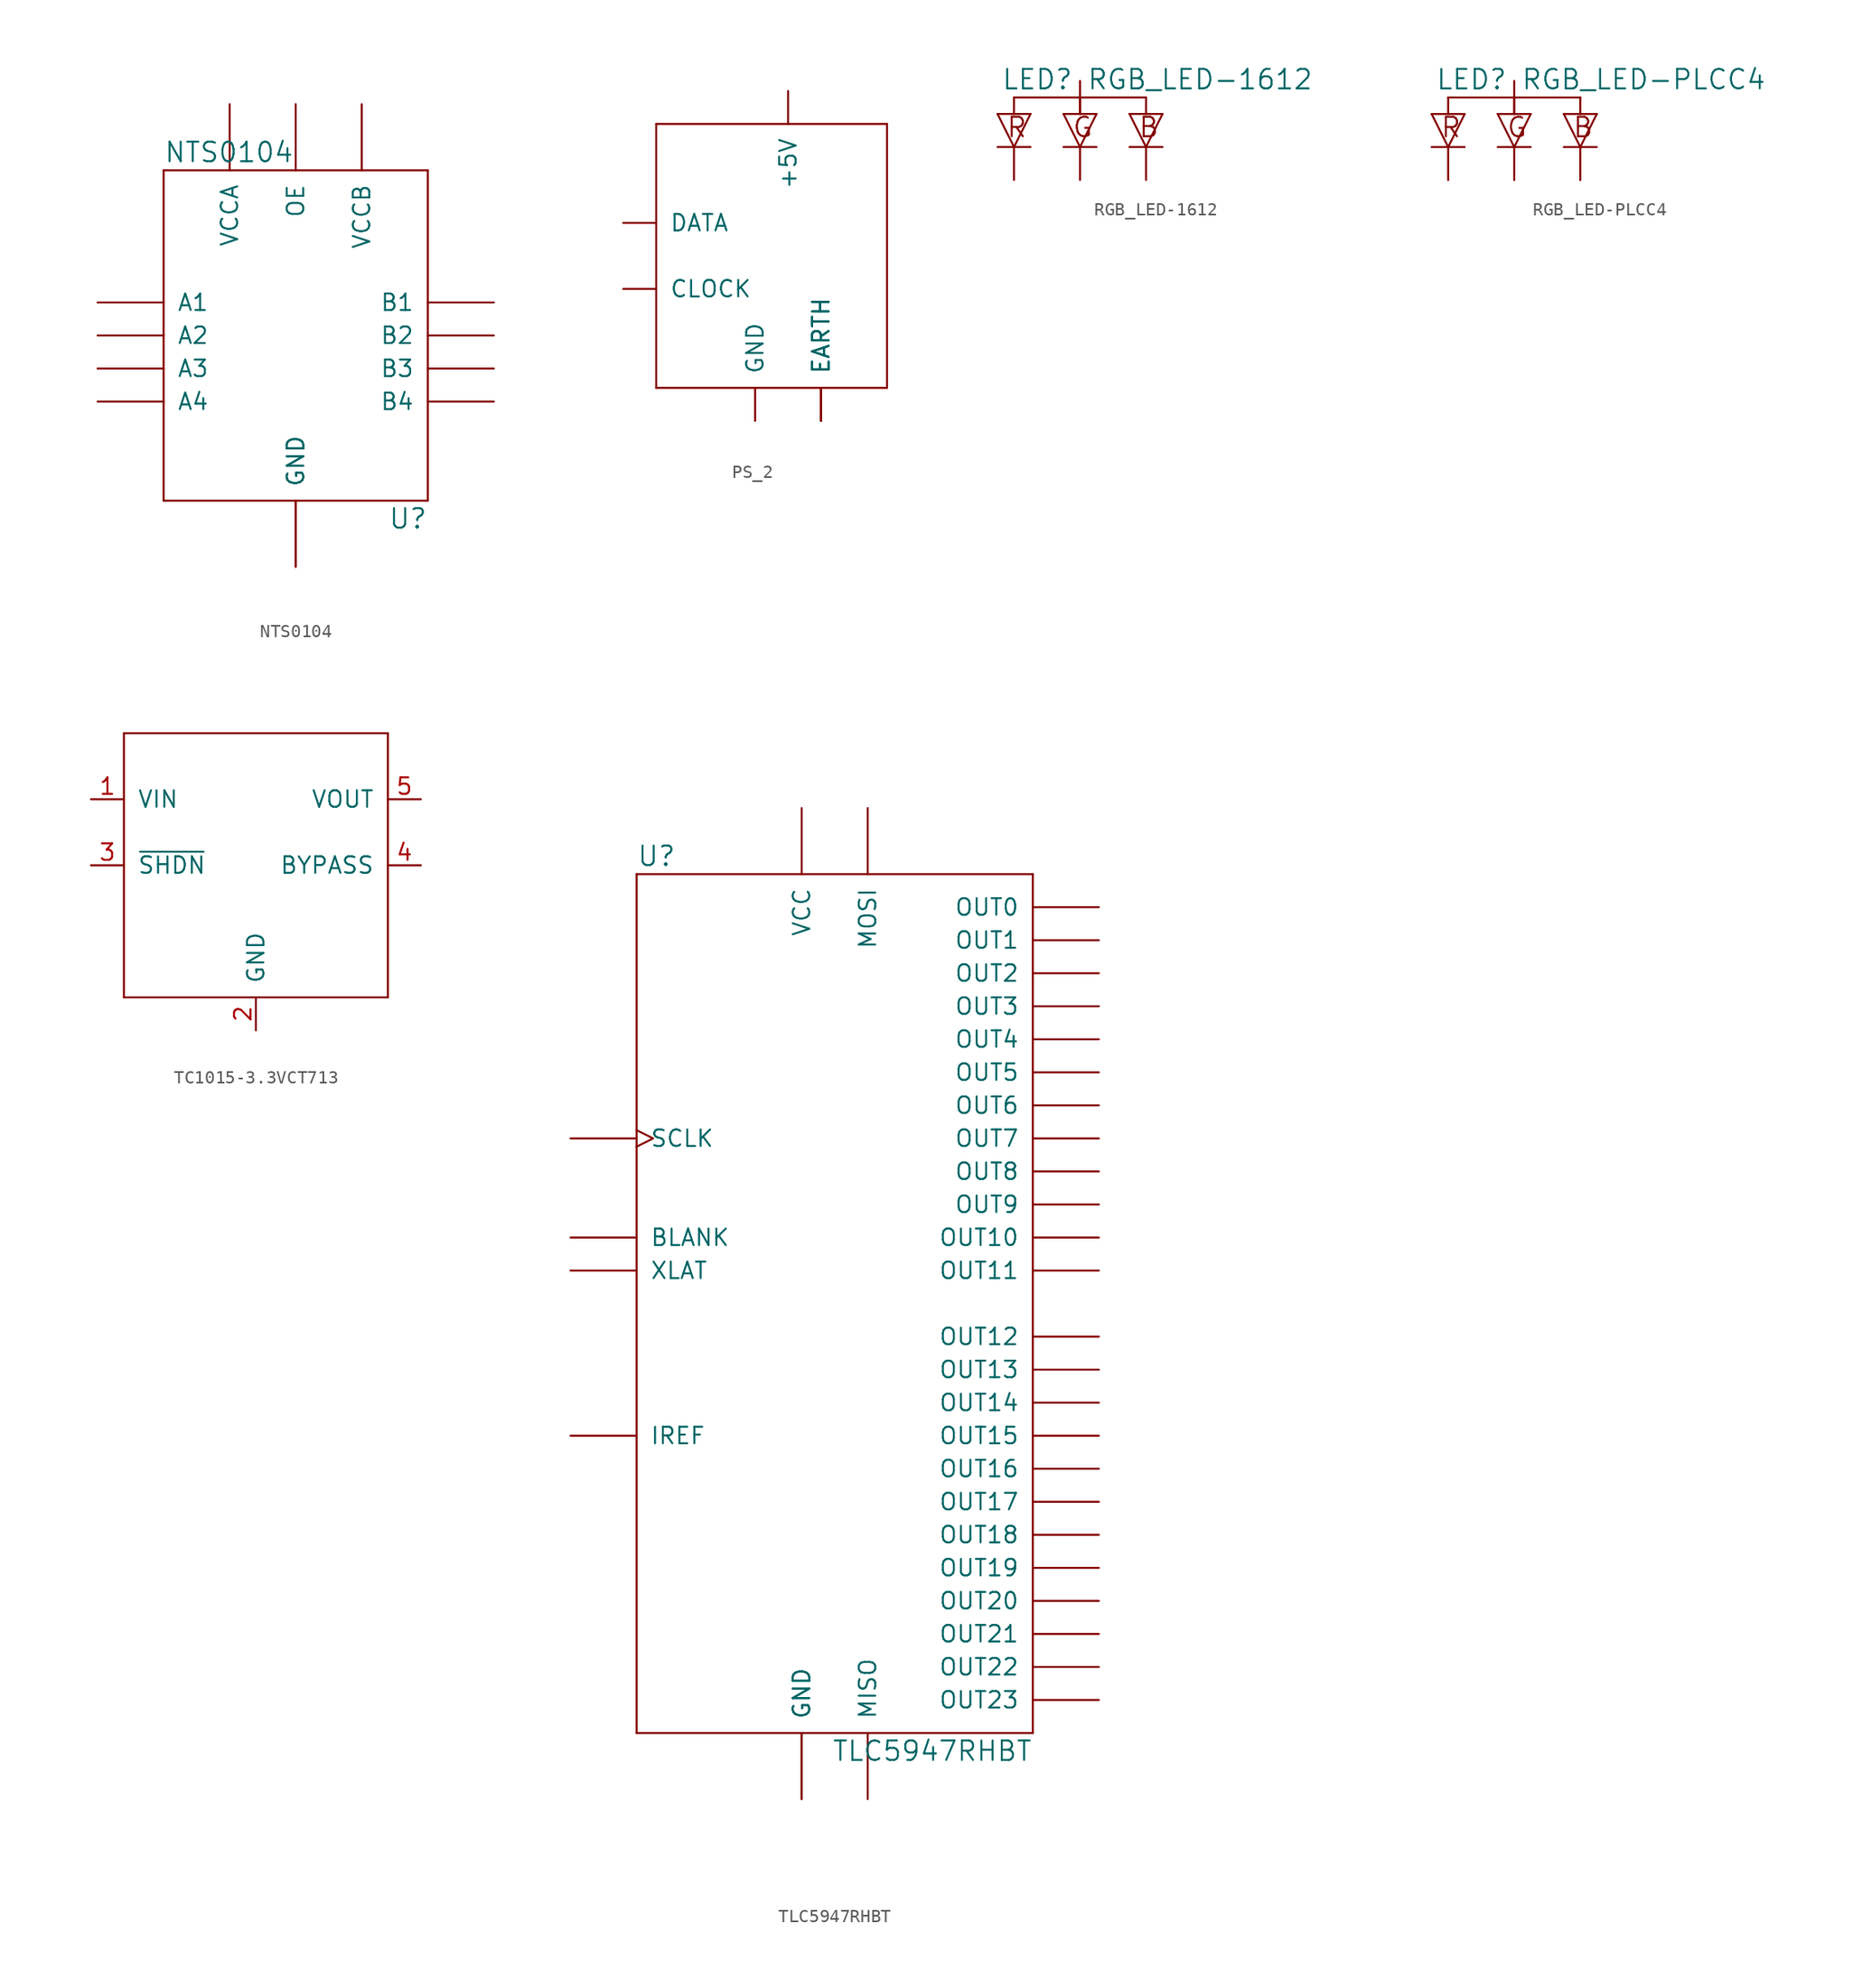
<source format=kicad_sym>
(kicad_symbol_lib
  (version 20211014)
  (generator kicad_symbol_editor)
  (symbol "NTS0104"
    (pin_names
      (offset 1.016))
    (property "Reference" "U"
      (at 10.16 -13.208 0)
      (effects (font (size 1.499 1.499)) (justify right top)))
    (property "Value" "NTS0104"
      (at -10.16 13.208 0)
      (effects (font (size 1.499 1.499)) (justify left bottom)))
    (property "ki_locked" ""
      (at 0 0 0)
      (effects (font (size 1.27 1.27))))
    (symbol "NTS0104_1_0"
      (polyline (pts (xy -10.16 -12.7) (xy -10.16 12.7)) (stroke (width 0) (type default) (color 0 0 0 0)) (fill (type none)))
      (polyline (pts (xy -10.16 12.7) (xy 10.16 12.7)) (stroke (width 0) (type default) (color 0 0 0 0)) (fill (type none)))
      (polyline (pts (xy 10.16 -12.7) (xy -10.16 -12.7)) (stroke (width 0) (type default) (color 0 0 0 0)) (fill (type none)))
      (polyline (pts (xy 10.16 12.7) (xy 10.16 -12.7)) (stroke (width 0) (type default) (color 0 0 0 0)) (fill (type none)))
      (pin passive line (at -5.08 17.78 270) (length 5.08) (name "VCCA" (effects (font (size 1.27 1.27)))) (number "1" (effects (font (size 0 0)))))
      (pin bidirectional line (at 15.24 -5.08 180) (length 5.08) (name "B4" (effects (font (size 1.27 1.27)))) (number "10" (effects (font (size 0 0)))))
      (pin bidirectional line (at 15.24 -2.54 180) (length 5.08) (name "B3" (effects (font (size 1.27 1.27)))) (number "11" (effects (font (size 0 0)))))
      (pin bidirectional line (at 15.24 0 180) (length 5.08) (name "B2" (effects (font (size 1.27 1.27)))) (number "12" (effects (font (size 0 0)))))
      (pin bidirectional line (at 15.24 2.54 180) (length 5.08) (name "B1" (effects (font (size 1.27 1.27)))) (number "13" (effects (font (size 0 0)))))
      (pin passive line (at 5.08 17.78 270) (length 5.08) (name "VCCB" (effects (font (size 1.27 1.27)))) (number "14" (effects (font (size 0 0)))))
      (pin bidirectional line (at -15.24 2.54 0) (length 5.08) (name "A1" (effects (font (size 1.27 1.27)))) (number "2" (effects (font (size 0 0)))))
      (pin bidirectional line (at -15.24 0 0) (length 5.08) (name "A2" (effects (font (size 1.27 1.27)))) (number "3" (effects (font (size 0 0)))))
      (pin bidirectional line (at -15.24 -2.54 0) (length 5.08) (name "A3" (effects (font (size 1.27 1.27)))) (number "4" (effects (font (size 0 0)))))
      (pin bidirectional line (at -15.24 -5.08 0) (length 5.08) (name "A4" (effects (font (size 1.27 1.27)))) (number "5" (effects (font (size 0 0)))))
      (pin passive line (at 0 -17.78 90) (length 5.08) (name "GND" (effects (font (size 1.27 1.27)))) (number "7" (effects (font (size 0 0)))))
      (pin input line (at 0 17.78 270) (length 5.08) (name "OE" (effects (font (size 1.27 1.27)))) (number "8" (effects (font (size 0 0)))))
      (pin passive line (at 0 -17.78 90) (length 5.08) (name "GND" (effects (font (size 1.27 1.27)))) (number "PGND" (effects (font (size 0 0)))))))
  (symbol "PS_2"
    (pin_names
      (offset 1.016))
    (property "Reference" "JP"
      (at 0 0 0)
      (effects (font (size 1.27 1.27)) hide))
    (property "ki_locked" ""
      (at 0 0 0)
      (effects (font (size 1.27 1.27))))
    (symbol "PS_2_1_0"
      (polyline (pts (xy -10.16 -10.16) (xy -10.16 10.16)) (stroke (width 0) (type default) (color 0 0 0 0)) (fill (type none)))
      (polyline (pts (xy -10.16 10.16) (xy 7.62 10.16)) (stroke (width 0) (type default) (color 0 0 0 0)) (fill (type none)))
      (polyline (pts (xy 7.62 -10.16) (xy -10.16 -10.16)) (stroke (width 0) (type default) (color 0 0 0 0)) (fill (type none)))
      (polyline (pts (xy 7.62 10.16) (xy 7.62 -10.16)) (stroke (width 0) (type default) (color 0 0 0 0)) (fill (type none)))
      (pin bidirectional line (at -12.7 2.54 0) (length 2.54) (name "DATA" (effects (font (size 1.27 1.27)))) (number "1" (effects (font (size 0 0)))))
      (pin passive line (at -2.54 -12.7 90) (length 2.54) (name "GND" (effects (font (size 1.27 1.27)))) (number "3" (effects (font (size 0 0)))))
      (pin passive line (at 0 12.7 270) (length 2.54) (name "+5V" (effects (font (size 1.27 1.27)))) (number "4" (effects (font (size 0 0)))))
      (pin bidirectional line (at -12.7 -2.54 0) (length 2.54) (name "CLOCK" (effects (font (size 1.27 1.27)))) (number "5" (effects (font (size 0 0)))))
      (pin passive line (at 2.54 -12.7 90) (length 2.54) (name "EARTH" (effects (font (size 1.27 1.27)))) (number "EARTH1" (effects (font (size 0 0)))))
      (pin passive line (at 2.54 -12.7 90) (length 2.54) (name "EARTH" (effects (font (size 1.27 1.27)))) (number "EARTH2" (effects (font (size 0 0)))))
      (pin passive line (at 2.54 -12.7 90) (length 2.54) (name "EARTH" (effects (font (size 1.27 1.27)))) (number "EARTH3" (effects (font (size 0 0)))))))
  (symbol "RGB_LED-1612"
    (pin_names
      (offset 1.016))
    (property "Reference" "LED"
      (at -0.508 1.778 0)
      (effects (font (size 1.499 1.499)) (justify right bottom)))
    (property "Value" "RGB_LED-1612"
      (at 0.508 1.778 0)
      (effects (font (size 1.499 1.499)) (justify left bottom)))
    (property "ki_locked" ""
      (at 0 0 0)
      (effects (font (size 1.27 1.27))))
    (symbol "RGB_LED-1612_1_0"
      (polyline (pts (xy -6.35 -2.54) (xy -5.08 -2.54)) (stroke (width 0) (type default) (color 0 0 0 0)) (fill (type none)))
      (polyline (pts (xy -6.35 0) (xy -5.08 0)) (stroke (width 0) (type default) (color 0 0 0 0)) (fill (type none)))
      (polyline (pts (xy -5.08 -2.54) (xy -6.35 0)) (stroke (width 0) (type default) (color 0 0 0 0)) (fill (type none)))
      (polyline (pts (xy -5.08 -2.54) (xy -3.81 -2.54)) (stroke (width 0) (type default) (color 0 0 0 0)) (fill (type none)))
      (polyline (pts (xy -5.08 0) (xy -5.08 1.27)) (stroke (width 0) (type default) (color 0 0 0 0)) (fill (type none)))
      (polyline (pts (xy -5.08 0) (xy -3.81 0)) (stroke (width 0) (type default) (color 0 0 0 0)) (fill (type none)))
      (polyline (pts (xy -5.08 1.27) (xy 0 1.27)) (stroke (width 0) (type default) (color 0 0 0 0)) (fill (type none)))
      (polyline (pts (xy -3.81 0) (xy -5.08 -2.54)) (stroke (width 0) (type default) (color 0 0 0 0)) (fill (type none)))
      (polyline (pts (xy -1.27 -2.54) (xy 0 -2.54)) (stroke (width 0) (type default) (color 0 0 0 0)) (fill (type none)))
      (polyline (pts (xy -1.27 0) (xy 0 0)) (stroke (width 0) (type default) (color 0 0 0 0)) (fill (type none)))
      (polyline (pts (xy 0 -2.54) (xy -1.27 0)) (stroke (width 0) (type default) (color 0 0 0 0)) (fill (type none)))
      (polyline (pts (xy 0 -2.54) (xy 1.27 -2.54)) (stroke (width 0) (type default) (color 0 0 0 0)) (fill (type none)))
      (polyline (pts (xy 0 0) (xy 1.27 0)) (stroke (width 0) (type default) (color 0 0 0 0)) (fill (type none)))
      (polyline (pts (xy 0 1.27) (xy 0 0)) (stroke (width 0) (type default) (color 0 0 0 0)) (fill (type none)))
      (polyline (pts (xy 1.27 0) (xy 0 -2.54)) (stroke (width 0) (type default) (color 0 0 0 0)) (fill (type none)))
      (polyline (pts (xy 3.81 -2.54) (xy 5.08 -2.54)) (stroke (width 0) (type default) (color 0 0 0 0)) (fill (type none)))
      (polyline (pts (xy 3.81 0) (xy 5.08 0)) (stroke (width 0) (type default) (color 0 0 0 0)) (fill (type none)))
      (polyline (pts (xy 5.08 -2.54) (xy 3.81 0)) (stroke (width 0) (type default) (color 0 0 0 0)) (fill (type none)))
      (polyline (pts (xy 5.08 -2.54) (xy 6.35 -2.54)) (stroke (width 0) (type default) (color 0 0 0 0)) (fill (type none)))
      (polyline (pts (xy 5.08 0) (xy 5.08 1.27)) (stroke (width 0) (type default) (color 0 0 0 0)) (fill (type none)))
      (polyline (pts (xy 5.08 0) (xy 6.35 0)) (stroke (width 0) (type default) (color 0 0 0 0)) (fill (type none)))
      (polyline (pts (xy 5.08 1.27) (xy 0 1.27)) (stroke (width 0) (type default) (color 0 0 0 0)) (fill (type none)))
      (polyline (pts (xy 6.35 0) (xy 5.08 -2.54)) (stroke (width 0) (type default) (color 0 0 0 0)) (fill (type none)))
      (text "B" (at 4.445 -1.905 0) (effects (font (size 1.499 1.499)) (justify left bottom)))
      (text "G" (at -0.635 -1.905 0) (effects (font (size 1.499 1.499)) (justify left bottom)))
      (text "R" (at -5.715 -1.905 0) (effects (font (size 1.499 1.499)) (justify left bottom)))
      (pin passive line (at 5.08 -5.08 90) (length 2.54) (name "C_B" (effects (font (size 0 0)))) (number "1" (effects (font (size 0 0)))))
      (pin passive line (at 0 2.54 270) (length 2.54) (name "A" (effects (font (size 0 0)))) (number "2" (effects (font (size 0 0)))))
      (pin passive line (at 0 -5.08 90) (length 2.54) (name "C_G" (effects (font (size 0 0)))) (number "3" (effects (font (size 0 0)))))
      (pin passive line (at -5.08 -5.08 90) (length 2.54) (name "C_R" (effects (font (size 0 0)))) (number "4" (effects (font (size 0 0)))))))
  (symbol "RGB_LED-PLCC4"
    (pin_names
      (offset 1.016))
    (property "Reference" "LED"
      (at -0.508 1.778 0)
      (effects (font (size 1.499 1.499)) (justify right bottom)))
    (property "Value" "RGB_LED-PLCC4"
      (at 0.508 1.778 0)
      (effects (font (size 1.499 1.499)) (justify left bottom)))
    (property "ki_locked" ""
      (at 0 0 0)
      (effects (font (size 1.27 1.27))))
    (symbol "RGB_LED-PLCC4_1_0"
      (polyline (pts (xy -6.35 -2.54) (xy -5.08 -2.54)) (stroke (width 0) (type default) (color 0 0 0 0)) (fill (type none)))
      (polyline (pts (xy -6.35 0) (xy -5.08 0)) (stroke (width 0) (type default) (color 0 0 0 0)) (fill (type none)))
      (polyline (pts (xy -5.08 -2.54) (xy -6.35 0)) (stroke (width 0) (type default) (color 0 0 0 0)) (fill (type none)))
      (polyline (pts (xy -5.08 -2.54) (xy -3.81 -2.54)) (stroke (width 0) (type default) (color 0 0 0 0)) (fill (type none)))
      (polyline (pts (xy -5.08 0) (xy -5.08 1.27)) (stroke (width 0) (type default) (color 0 0 0 0)) (fill (type none)))
      (polyline (pts (xy -5.08 0) (xy -3.81 0)) (stroke (width 0) (type default) (color 0 0 0 0)) (fill (type none)))
      (polyline (pts (xy -5.08 1.27) (xy 0 1.27)) (stroke (width 0) (type default) (color 0 0 0 0)) (fill (type none)))
      (polyline (pts (xy -3.81 0) (xy -5.08 -2.54)) (stroke (width 0) (type default) (color 0 0 0 0)) (fill (type none)))
      (polyline (pts (xy -1.27 -2.54) (xy 0 -2.54)) (stroke (width 0) (type default) (color 0 0 0 0)) (fill (type none)))
      (polyline (pts (xy -1.27 0) (xy 0 0)) (stroke (width 0) (type default) (color 0 0 0 0)) (fill (type none)))
      (polyline (pts (xy 0 -2.54) (xy -1.27 0)) (stroke (width 0) (type default) (color 0 0 0 0)) (fill (type none)))
      (polyline (pts (xy 0 -2.54) (xy 1.27 -2.54)) (stroke (width 0) (type default) (color 0 0 0 0)) (fill (type none)))
      (polyline (pts (xy 0 0) (xy 1.27 0)) (stroke (width 0) (type default) (color 0 0 0 0)) (fill (type none)))
      (polyline (pts (xy 0 1.27) (xy 0 0)) (stroke (width 0) (type default) (color 0 0 0 0)) (fill (type none)))
      (polyline (pts (xy 1.27 0) (xy 0 -2.54)) (stroke (width 0) (type default) (color 0 0 0 0)) (fill (type none)))
      (polyline (pts (xy 3.81 -2.54) (xy 5.08 -2.54)) (stroke (width 0) (type default) (color 0 0 0 0)) (fill (type none)))
      (polyline (pts (xy 3.81 0) (xy 5.08 0)) (stroke (width 0) (type default) (color 0 0 0 0)) (fill (type none)))
      (polyline (pts (xy 5.08 -2.54) (xy 3.81 0)) (stroke (width 0) (type default) (color 0 0 0 0)) (fill (type none)))
      (polyline (pts (xy 5.08 -2.54) (xy 6.35 -2.54)) (stroke (width 0) (type default) (color 0 0 0 0)) (fill (type none)))
      (polyline (pts (xy 5.08 0) (xy 5.08 1.27)) (stroke (width 0) (type default) (color 0 0 0 0)) (fill (type none)))
      (polyline (pts (xy 5.08 0) (xy 6.35 0)) (stroke (width 0) (type default) (color 0 0 0 0)) (fill (type none)))
      (polyline (pts (xy 5.08 1.27) (xy 0 1.27)) (stroke (width 0) (type default) (color 0 0 0 0)) (fill (type none)))
      (polyline (pts (xy 6.35 0) (xy 5.08 -2.54)) (stroke (width 0) (type default) (color 0 0 0 0)) (fill (type none)))
      (text "B" (at 4.445 -1.905 0) (effects (font (size 1.499 1.499)) (justify left bottom)))
      (text "G" (at -0.635 -1.905 0) (effects (font (size 1.499 1.499)) (justify left bottom)))
      (text "R" (at -5.715 -1.905 0) (effects (font (size 1.499 1.499)) (justify left bottom)))
      (pin passive line (at 0 2.54 270) (length 2.54) (name "A" (effects (font (size 0 0)))) (number "1" (effects (font (size 0 0)))))
      (pin passive line (at 5.08 -5.08 90) (length 2.54) (name "C_B" (effects (font (size 0 0)))) (number "2" (effects (font (size 0 0)))))
      (pin passive line (at 0 -5.08 90) (length 2.54) (name "C_G" (effects (font (size 0 0)))) (number "3" (effects (font (size 0 0)))))
      (pin passive line (at -5.08 -5.08 90) (length 2.54) (name "C_R" (effects (font (size 0 0)))) (number "4" (effects (font (size 0 0)))))))
  (symbol "TC1015-3.3VCT713"
    (pin_names
      (offset 1.016))
    (property "Reference" "U"
      (at -10.16 -11.43 0)
      (effects (font (size 1.27 1.27)) (justify left) hide))
    (property "ki_locked" ""
      (at 0 0 0)
      (effects (font (size 1.27 1.27))))
    (symbol "TC1015-3.3VCT713_1_0"
      (polyline (pts (xy -10.16 -10.16) (xy 10.16 -10.16)) (stroke (width 0) (type default) (color 0 0 0 0)) (fill (type none)))
      (polyline (pts (xy -10.16 10.16) (xy -10.16 -10.16)) (stroke (width 0) (type default) (color 0 0 0 0)) (fill (type none)))
      (polyline (pts (xy 10.16 -10.16) (xy 10.16 10.16)) (stroke (width 0) (type default) (color 0 0 0 0)) (fill (type none)))
      (polyline (pts (xy 10.16 10.16) (xy -10.16 10.16)) (stroke (width 0) (type default) (color 0 0 0 0)) (fill (type none)))
      (pin power_in line (at -12.7 5.08 0) (length 2.54) (name "VIN" (effects (font (size 1.27 1.27)))) (number "1" (effects (font (size 1.27 1.27)))))
      (pin passive line (at 0 -12.7 90) (length 2.54) (name "GND" (effects (font (size 1.27 1.27)))) (number "2" (effects (font (size 1.27 1.27)))))
      (pin input line (at -12.7 0 0) (length 2.54) (name "~{SHDN}" (effects (font (size 1.27 1.27)))) (number "3" (effects (font (size 1.27 1.27)))))
      (pin passive line (at 12.7 0 180) (length 2.54) (name "BYPASS" (effects (font (size 1.27 1.27)))) (number "4" (effects (font (size 1.27 1.27)))))
      (pin power_out line (at 12.7 5.08 180) (length 2.54) (name "VOUT" (effects (font (size 1.27 1.27)))) (number "5" (effects (font (size 1.27 1.27)))))))
  (symbol "TLC5947RHBT"
    (pin_names
      (offset 1.016))
    (property "Reference" "U"
      (at -15.24 33.528 0)
      (effects (font (size 1.499 1.499)) (justify left bottom)))
    (property "Value" "TLC5947RHBT"
      (at 15.24 -33.528 0)
      (effects (font (size 1.499 1.499)) (justify right top)))
    (property "ki_locked" ""
      (at 0 0 0)
      (effects (font (size 1.27 1.27))))
    (symbol "TLC5947RHBT_1_0"
      (polyline (pts (xy -15.24 -33.02) (xy -15.24 33.02)) (stroke (width 0) (type default) (color 0 0 0 0)) (fill (type none)))
      (polyline (pts (xy -15.24 33.02) (xy 15.24 33.02)) (stroke (width 0) (type default) (color 0 0 0 0)) (fill (type none)))
      (polyline (pts (xy 15.24 -33.02) (xy -15.24 -33.02)) (stroke (width 0) (type default) (color 0 0 0 0)) (fill (type none)))
      (polyline (pts (xy 15.24 33.02) (xy 15.24 -33.02)) (stroke (width 0) (type default) (color 0 0 0 0)) (fill (type none)))
      (pin output line (at 20.32 30.48 180) (length 5.08) (name "OUT0" (effects (font (size 1.27 1.27)))) (number "1" (effects (font (size 0 0)))))
      (pin output line (at 20.32 7.62 180) (length 5.08) (name "OUT9" (effects (font (size 1.27 1.27)))) (number "10" (effects (font (size 0 0)))))
      (pin output line (at 20.32 5.08 180) (length 5.08) (name "OUT10" (effects (font (size 1.27 1.27)))) (number "11" (effects (font (size 0 0)))))
      (pin output line (at 20.32 2.54 180) (length 5.08) (name "OUT11" (effects (font (size 1.27 1.27)))) (number "12" (effects (font (size 0 0)))))
      (pin output line (at 20.32 -2.54 180) (length 5.08) (name "OUT12" (effects (font (size 1.27 1.27)))) (number "13" (effects (font (size 0 0)))))
      (pin output line (at 20.32 -5.08 180) (length 5.08) (name "OUT13" (effects (font (size 1.27 1.27)))) (number "14" (effects (font (size 0 0)))))
      (pin output line (at 20.32 -7.62 180) (length 5.08) (name "OUT14" (effects (font (size 1.27 1.27)))) (number "15" (effects (font (size 0 0)))))
      (pin output line (at 20.32 -10.16 180) (length 5.08) (name "OUT15" (effects (font (size 1.27 1.27)))) (number "16" (effects (font (size 0 0)))))
      (pin output line (at 20.32 -12.7 180) (length 5.08) (name "OUT16" (effects (font (size 1.27 1.27)))) (number "17" (effects (font (size 0 0)))))
      (pin output line (at 20.32 -15.24 180) (length 5.08) (name "OUT17" (effects (font (size 1.27 1.27)))) (number "18" (effects (font (size 0 0)))))
      (pin output line (at 20.32 -17.78 180) (length 5.08) (name "OUT18" (effects (font (size 1.27 1.27)))) (number "19" (effects (font (size 0 0)))))
      (pin output line (at 20.32 27.94 180) (length 5.08) (name "OUT1" (effects (font (size 1.27 1.27)))) (number "2" (effects (font (size 0 0)))))
      (pin output line (at 20.32 -20.32 180) (length 5.08) (name "OUT19" (effects (font (size 1.27 1.27)))) (number "20" (effects (font (size 0 0)))))
      (pin output line (at 20.32 -22.86 180) (length 5.08) (name "OUT20" (effects (font (size 1.27 1.27)))) (number "21" (effects (font (size 0 0)))))
      (pin output line (at 20.32 -25.4 180) (length 5.08) (name "OUT21" (effects (font (size 1.27 1.27)))) (number "22" (effects (font (size 0 0)))))
      (pin output line (at 20.32 -27.94 180) (length 5.08) (name "OUT22" (effects (font (size 1.27 1.27)))) (number "23" (effects (font (size 0 0)))))
      (pin output line (at 20.32 -30.48 180) (length 5.08) (name "OUT23" (effects (font (size 1.27 1.27)))) (number "24" (effects (font (size 0 0)))))
      (pin output line (at 2.54 -38.1 90) (length 5.08) (name "MISO" (effects (font (size 1.27 1.27)))) (number "25" (effects (font (size 0 0)))))
      (pin input line (at -20.32 2.54 0) (length 5.08) (name "XLAT" (effects (font (size 1.27 1.27)))) (number "26" (effects (font (size 0 0)))))
      (pin passive line (at -20.32 -10.16 0) (length 5.08) (name "IREF" (effects (font (size 1.27 1.27)))) (number "27" (effects (font (size 0 0)))))
      (pin passive line (at -2.54 38.1 270) (length 5.08) (name "VCC" (effects (font (size 1.27 1.27)))) (number "28" (effects (font (size 0 0)))))
      (pin passive line (at -2.54 -38.1 90) (length 5.08) (name "GND" (effects (font (size 1.27 1.27)))) (number "29" (effects (font (size 0 0)))))
      (pin output line (at 20.32 25.4 180) (length 5.08) (name "OUT2" (effects (font (size 1.27 1.27)))) (number "3" (effects (font (size 0 0)))))
      (pin input line (at -20.32 5.08 0) (length 5.08) (name "BLANK" (effects (font (size 1.27 1.27)))) (number "30" (effects (font (size 0 0)))))
      (pin input clock (at -20.32 12.7 0) (length 5.08) (name "SCLK" (effects (font (size 1.27 1.27)))) (number "31" (effects (font (size 0 0)))))
      (pin input line (at 2.54 38.1 270) (length 5.08) (name "MOSI" (effects (font (size 1.27 1.27)))) (number "32" (effects (font (size 0 0)))))
      (pin output line (at 20.32 22.86 180) (length 5.08) (name "OUT3" (effects (font (size 1.27 1.27)))) (number "4" (effects (font (size 0 0)))))
      (pin output line (at 20.32 20.32 180) (length 5.08) (name "OUT4" (effects (font (size 1.27 1.27)))) (number "5" (effects (font (size 0 0)))))
      (pin output line (at 20.32 17.78 180) (length 5.08) (name "OUT5" (effects (font (size 1.27 1.27)))) (number "6" (effects (font (size 0 0)))))
      (pin output line (at 20.32 15.24 180) (length 5.08) (name "OUT6" (effects (font (size 1.27 1.27)))) (number "7" (effects (font (size 0 0)))))
      (pin output line (at 20.32 12.7 180) (length 5.08) (name "OUT7" (effects (font (size 1.27 1.27)))) (number "8" (effects (font (size 0 0)))))
      (pin output line (at 20.32 10.16 180) (length 5.08) (name "OUT8" (effects (font (size 1.27 1.27)))) (number "9" (effects (font (size 0 0)))))
      (pin passive line (at -2.54 -38.1 90) (length 5.08) (name "GND" (effects (font (size 1.27 1.27)))) (number "PGND" (effects (font (size 0 0))))))))
</source>
